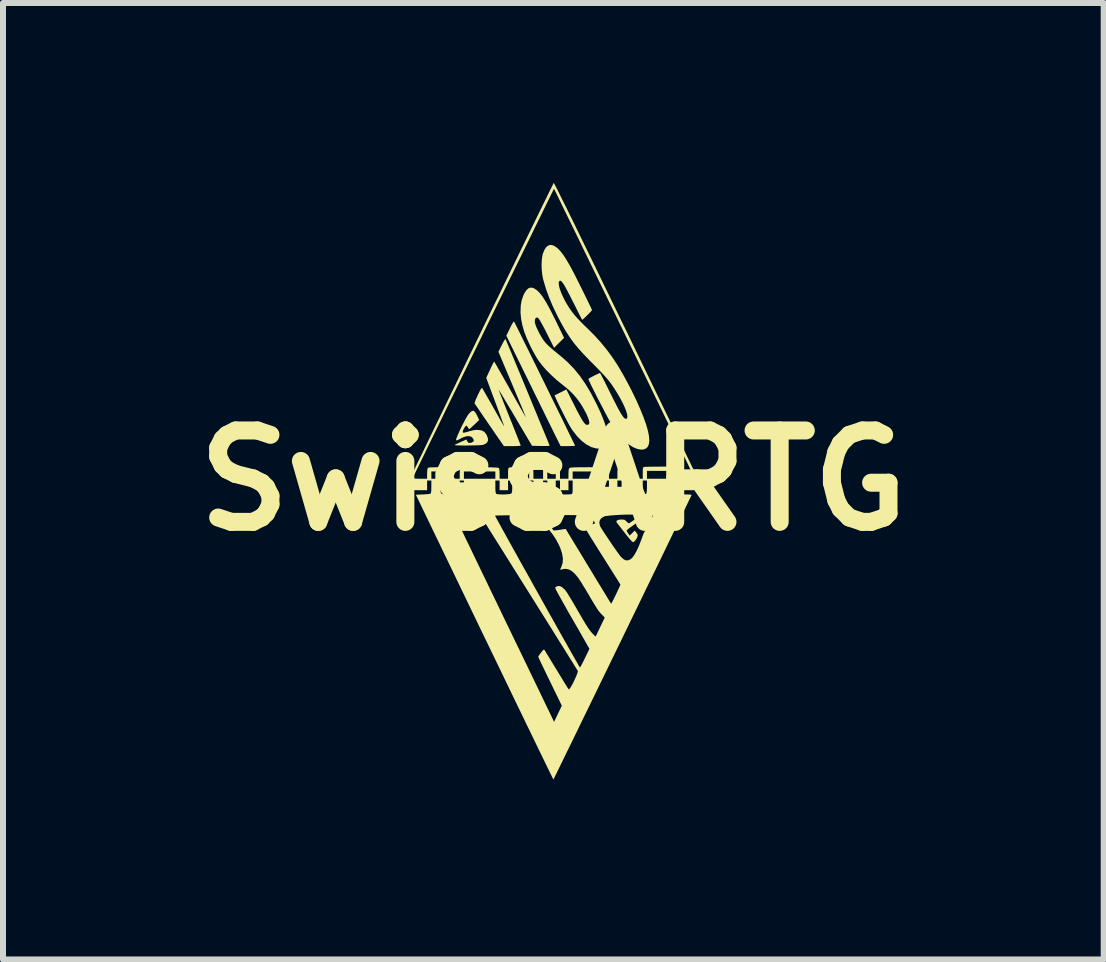
<source format=kicad_pcb>
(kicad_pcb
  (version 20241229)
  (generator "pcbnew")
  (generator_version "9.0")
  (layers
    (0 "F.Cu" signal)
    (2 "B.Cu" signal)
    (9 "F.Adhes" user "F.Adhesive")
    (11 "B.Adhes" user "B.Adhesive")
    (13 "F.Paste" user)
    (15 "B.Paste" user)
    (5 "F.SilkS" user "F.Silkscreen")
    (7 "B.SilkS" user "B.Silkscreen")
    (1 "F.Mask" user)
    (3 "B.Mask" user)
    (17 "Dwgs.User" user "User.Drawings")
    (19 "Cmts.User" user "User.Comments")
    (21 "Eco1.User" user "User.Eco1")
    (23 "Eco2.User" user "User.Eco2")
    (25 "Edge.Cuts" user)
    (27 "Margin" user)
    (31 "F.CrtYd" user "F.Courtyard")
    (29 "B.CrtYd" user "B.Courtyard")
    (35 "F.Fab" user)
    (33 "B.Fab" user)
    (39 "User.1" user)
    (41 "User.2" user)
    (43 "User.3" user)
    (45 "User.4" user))
  (footprint "SwissARTG"
    (layer "F.Cu")
    (at 6.176 4.962)
    (property "Reference" "SwissARTG" (at 0 0 0) (layer "F.SilkS") (effects (font (size 1.524 1.524) (thickness 0.3))))
    (attr board_only exclude_from_pos_files exclude_from_bom)
    (fp_poly (pts (xy -0.656 -2.653) (xy -0.651 -2.643) (xy -0.637 -2.616) (xy -0.616 -2.574) (xy -0.588 -2.518) (xy -0.554 -2.45) (xy -0.515 -2.37) (xy -0.471 -2.281) (xy -0.422 -2.183) (xy -0.371 -2.079) (xy -0.317 -1.969) (xy -0.26 -1.854) (xy -0.203 -1.737) (xy -0.144 -1.619) (xy -0.086 -1.5) (xy -0.029 -1.383) (xy 0.027 -1.269) (xy 0.081 -1.158) (xy 0.133 -1.054) (xy 0.181 -0.956) (xy 0.224 -0.866) (xy 0.263 -0.786) (xy 0.297 -0.718) (xy 0.324 -0.661) (xy 0.345 -0.619) (xy 0.358 -0.591) (xy 0.363 -0.581) (xy 0.363 -0.581) (xy 0.353 -0.578) (xy 0.327 -0.576) (xy 0.289 -0.575) (xy 0.243 -0.574) (xy 0.121 -0.574) (xy 0.101 -0.614) (xy 0.092 -0.632) (xy 0.075 -0.666) (xy 0.051 -0.715) (xy 0.02 -0.777) (xy -0.016 -0.851) (xy -0.057 -0.934) (xy -0.102 -1.025) (xy -0.15 -1.123) (xy -0.2 -1.225) (xy -0.252 -1.331) (xy -0.305 -1.437) (xy -0.357 -1.544) (xy -0.408 -1.649) (xy -0.458 -1.75) (xy -0.505 -1.845) (xy -0.548 -1.934) (xy -0.588 -2.014) (xy -0.622 -2.084) (xy -0.65 -2.141) (xy -0.66 -2.162) (xy -0.784 -2.415) (xy -0.724 -2.539) (xy -0.702 -2.583) (xy -0.682 -2.619) (xy -0.667 -2.643) (xy -0.657 -2.653)) (stroke (width 0) (type solid)) (fill yes) (layer "F.SilkS"))
    (fp_poly (pts (xy -1.328 -1.161) (xy -1.306 -1.142) (xy -1.282 -1.104) (xy -1.27 -1.08) (xy -1.236 -1.01) (xy -1.314 -0.935) (xy -1.347 -0.905) (xy -1.374 -0.879) (xy -1.394 -0.863) (xy -1.4 -0.858) (xy -1.41 -0.864) (xy -1.423 -0.882) (xy -1.425 -0.886) (xy -1.438 -0.906) (xy -1.449 -0.916) (xy -1.45 -0.916) (xy -1.462 -0.908) (xy -1.478 -0.888) (xy -1.494 -0.861) (xy -1.506 -0.835) (xy -1.511 -0.816) (xy -1.51 -0.805) (xy -1.506 -0.799) (xy -1.495 -0.798) (xy -1.474 -0.801) (xy -1.44 -0.81) (xy -1.4 -0.822) (xy -1.342 -0.837) (xy -1.295 -0.844) (xy -1.252 -0.844) (xy -1.248 -0.844) (xy -1.195 -0.835) (xy -1.155 -0.815) (xy -1.125 -0.78) (xy -1.11 -0.755) (xy -1.091 -0.705) (xy -1.09 -0.663) (xy -1.108 -0.63) (xy -1.143 -0.606) (xy -1.173 -0.595) (xy -1.194 -0.592) (xy -1.229 -0.589) (xy -1.274 -0.587) (xy -1.328 -0.586) (xy -1.386 -0.585) (xy -1.445 -0.584) (xy -1.502 -0.584) (xy -1.553 -0.585) (xy -1.597 -0.586) (xy -1.628 -0.588) (xy -1.645 -0.591) (xy -1.646 -0.593) (xy -1.633 -0.601) (xy -1.606 -0.614) (xy -1.57 -0.631) (xy -1.543 -0.643) (xy -1.45 -0.684) (xy -1.435 -0.654) (xy -1.416 -0.631) (xy -1.391 -0.625) (xy -1.356 -0.636) (xy -1.356 -0.636) (xy -1.332 -0.651) (xy -1.326 -0.671) (xy -1.337 -0.698) (xy -1.34 -0.703) (xy -1.367 -0.73) (xy -1.406 -0.741) (xy -1.455 -0.737) (xy -1.514 -0.716) (xy -1.559 -0.693) (xy -1.59 -0.677) (xy -1.613 -0.67) (xy -1.622 -0.671) (xy -1.622 -0.684) (xy -1.613 -0.711) (xy -1.598 -0.75) (xy -1.577 -0.798) (xy -1.553 -0.851) (xy -1.526 -0.906) (xy -1.498 -0.961) (xy -1.471 -1.012) (xy -1.446 -1.057) (xy -1.424 -1.092) (xy -1.409 -1.113) (xy -1.376 -1.146) (xy -1.35 -1.162)) (stroke (width 0) (type solid)) (fill yes) (layer "F.SilkS"))
    (fp_poly (pts (xy -0.33 -3.209) (xy -0.283 -3.18) (xy -0.242 -3.142) (xy -0.21 -3.106) (xy -0.177 -3.062) (xy -0.142 -3.007) (xy -0.102 -2.94) (xy -0.058 -2.859) (xy -0.009 -2.763) (xy 0.047 -2.651) (xy 0.058 -2.627) (xy 0.179 -2.379) (xy 0.095 -2.296) (xy 0.012 -2.213) (xy -0.086 -2.408) (xy -0.129 -2.495) (xy -0.166 -2.565) (xy -0.195 -2.619) (xy -0.219 -2.661) (xy -0.237 -2.69) (xy -0.252 -2.708) (xy -0.264 -2.717) (xy -0.272 -2.719) (xy -0.294 -2.71) (xy -0.306 -2.686) (xy -0.309 -2.649) (xy -0.308 -2.633) (xy -0.298 -2.598) (xy -0.28 -2.551) (xy -0.255 -2.497) (xy -0.226 -2.441) (xy -0.195 -2.387) (xy -0.165 -2.341) (xy -0.157 -2.33) (xy -0.136 -2.304) (xy -0.111 -2.276) (xy -0.079 -2.245) (xy -0.038 -2.208) (xy 0.013 -2.164) (xy 0.077 -2.112) (xy 0.131 -2.068) (xy 0.242 -1.97) (xy 0.346 -1.862) (xy 0.443 -1.743) (xy 0.535 -1.611) (xy 0.623 -1.463) (xy 0.71 -1.297) (xy 0.725 -1.267) (xy 0.79 -1.127) (xy 0.841 -1.002) (xy 0.879 -0.892) (xy 0.904 -0.796) (xy 0.916 -0.716) (xy 0.914 -0.65) (xy 0.9 -0.599) (xy 0.872 -0.562) (xy 0.83 -0.539) (xy 0.776 -0.531) (xy 0.715 -0.535) (xy 0.633 -0.558) (xy 0.551 -0.601) (xy 0.471 -0.662) (xy 0.393 -0.742) (xy 0.318 -0.839) (xy 0.3 -0.866) (xy 0.283 -0.894) (xy 0.259 -0.937) (xy 0.23 -0.991) (xy 0.197 -1.054) (xy 0.163 -1.12) (xy 0.129 -1.188) (xy 0.097 -1.253) (xy 0.068 -1.313) (xy 0.045 -1.363) (xy 0.034 -1.387) (xy 0.02 -1.42) (xy 0.119 -1.469) (xy 0.217 -1.519) (xy 0.35 -1.255) (xy 0.395 -1.165) (xy 0.434 -1.092) (xy 0.466 -1.034) (xy 0.493 -0.99) (xy 0.516 -0.959) (xy 0.535 -0.939) (xy 0.552 -0.929) (xy 0.564 -0.927) (xy 0.585 -0.934) (xy 0.594 -0.941) (xy 0.6 -0.963) (xy 0.595 -0.999) (xy 0.579 -1.046) (xy 0.555 -1.103) (xy 0.522 -1.167) (xy 0.483 -1.236) (xy 0.443 -1.298) (xy 0.387 -1.374) (xy 0.325 -1.445) (xy 0.252 -1.516) (xy 0.164 -1.588) (xy 0.135 -1.611) (xy 0.048 -1.682) (xy -0.036 -1.759) (xy -0.115 -1.838) (xy -0.184 -1.917) (xy -0.241 -1.99) (xy -0.25 -2.004) (xy -0.279 -2.05) (xy -0.312 -2.107) (xy -0.346 -2.169) (xy -0.378 -2.229) (xy -0.383 -2.241) (xy -0.441 -2.367) (xy -0.486 -2.482) (xy -0.517 -2.589) (xy -0.537 -2.692) (xy -0.547 -2.793) (xy -0.547 -2.82) (xy -0.543 -2.923) (xy -0.526 -3.014) (xy -0.496 -3.096) (xy -0.48 -3.128) (xy -0.446 -3.178) (xy -0.41 -3.208) (xy -0.372 -3.218)) (stroke (width 0) (type solid)) (fill yes) (layer "F.SilkS"))
    (fp_poly (pts (xy -0.796 -2.356) (xy -0.791 -2.346) (xy -0.78 -2.318) (xy -0.762 -2.275) (xy -0.738 -2.218) (xy -0.709 -2.149) (xy -0.676 -2.069) (xy -0.639 -1.98) (xy -0.599 -1.883) (xy -0.556 -1.781) (xy -0.512 -1.673) (xy -0.466 -1.563) (xy -0.42 -1.452) (xy -0.374 -1.341) (xy -0.329 -1.231) (xy -0.285 -1.125) (xy -0.244 -1.024) (xy -0.205 -0.93) (xy -0.169 -0.844) (xy -0.137 -0.767) (xy -0.11 -0.702) (xy -0.089 -0.649) (xy -0.073 -0.611) (xy -0.064 -0.589) (xy -0.063 -0.586) (xy -0.065 -0.581) (xy -0.077 -0.578) (xy -0.102 -0.576) (xy -0.142 -0.576) (xy -0.2 -0.576) (xy -0.207 -0.576) (xy -0.355 -0.579) (xy -0.633 -1.049) (xy -0.685 -1.138) (xy -0.735 -1.221) (xy -0.78 -1.297) (xy -0.82 -1.364) (xy -0.854 -1.421) (xy -0.881 -1.466) (xy -0.901 -1.498) (xy -0.911 -1.515) (xy -0.913 -1.517) (xy -0.91 -1.508) (xy -0.9 -1.482) (xy -0.884 -1.44) (xy -0.862 -1.385) (xy -0.836 -1.319) (xy -0.806 -1.243) (xy -0.772 -1.159) (xy -0.736 -1.069) (xy -0.73 -1.053) (xy -0.693 -0.962) (xy -0.659 -0.876) (xy -0.628 -0.798) (xy -0.6 -0.729) (xy -0.578 -0.671) (xy -0.56 -0.626) (xy -0.549 -0.596) (xy -0.544 -0.583) (xy -0.544 -0.582) (xy -0.553 -0.579) (xy -0.579 -0.577) (xy -0.618 -0.575) (xy -0.666 -0.574) (xy -0.684 -0.574) (xy -0.824 -0.574) (xy -0.879 -0.652) (xy -0.901 -0.684) (xy -0.93 -0.726) (xy -0.965 -0.777) (xy -1.005 -0.835) (xy -1.048 -0.898) (xy -1.092 -0.962) (xy -1.136 -1.026) (xy -1.179 -1.088) (xy -1.218 -1.146) (xy -1.252 -1.196) (xy -1.28 -1.237) (xy -1.301 -1.268) (xy -1.312 -1.284) (xy -1.313 -1.286) (xy -1.311 -1.299) (xy -1.302 -1.327) (xy -1.287 -1.365) (xy -1.266 -1.41) (xy -1.259 -1.427) (xy -1.234 -1.478) (xy -1.216 -1.513) (xy -1.203 -1.534) (xy -1.194 -1.543) (xy -1.188 -1.542) (xy -1.185 -1.54) (xy -1.178 -1.527) (xy -1.161 -1.499) (xy -1.138 -1.458) (xy -1.108 -1.406) (xy -1.073 -1.344) (xy -1.034 -1.276) (xy -0.997 -1.211) (xy -0.956 -1.139) (xy -0.919 -1.073) (xy -0.886 -1.014) (xy -0.858 -0.966) (xy -0.837 -0.93) (xy -0.823 -0.907) (xy -0.819 -0.9) (xy -0.822 -0.91) (xy -0.831 -0.936) (xy -0.846 -0.977) (xy -0.866 -1.032) (xy -0.89 -1.097) (xy -0.918 -1.172) (xy -0.948 -1.254) (xy -0.968 -1.307) (xy -1.119 -1.712) (xy -1.056 -1.848) (xy -1.034 -1.896) (xy -1.014 -1.936) (xy -0.998 -1.966) (xy -0.989 -1.982) (xy -0.987 -1.984) (xy -0.982 -1.976) (xy -0.967 -1.951) (xy -0.944 -1.912) (xy -0.915 -1.86) (xy -0.879 -1.798) (xy -0.838 -1.725) (xy -0.793 -1.645) (xy -0.744 -1.559) (xy -0.72 -1.516) (xy -0.671 -1.428) (xy -0.624 -1.344) (xy -0.581 -1.269) (xy -0.543 -1.201) (xy -0.511 -1.145) (xy -0.485 -1.1) (xy -0.467 -1.069) (xy -0.458 -1.053) (xy -0.456 -1.051) (xy -0.46 -1.06) (xy -0.47 -1.087) (xy -0.487 -1.128) (xy -0.51 -1.184) (xy -0.538 -1.251) (xy -0.571 -1.329) (xy -0.607 -1.415) (xy -0.647 -1.509) (xy -0.685 -1.6) (xy -0.916 -2.147) (xy -0.86 -2.259) (xy -0.834 -2.309) (xy -0.815 -2.341) (xy -0.802 -2.356)) (stroke (width 0) (type solid)) (fill yes) (layer "F.SilkS"))
    (fp_poly (pts (xy 0.008 -3.916) (xy 0.057 -3.884) (xy 0.083 -3.861) (xy 0.115 -3.827) (xy 0.147 -3.787) (xy 0.182 -3.738) (xy 0.219 -3.679) (xy 0.26 -3.61) (xy 0.306 -3.527) (xy 0.357 -3.43) (xy 0.414 -3.316) (xy 0.459 -3.225) (xy 0.499 -3.145) (xy 0.536 -3.07) (xy 0.569 -3.002) (xy 0.597 -2.944) (xy 0.62 -2.897) (xy 0.635 -2.864) (xy 0.644 -2.845) (xy 0.645 -2.843) (xy 0.638 -2.833) (xy 0.621 -2.813) (xy 0.596 -2.787) (xy 0.567 -2.758) (xy 0.538 -2.729) (xy 0.511 -2.704) (xy 0.491 -2.686) (xy 0.48 -2.679) (xy 0.48 -2.68) (xy 0.475 -2.689) (xy 0.461 -2.715) (xy 0.441 -2.754) (xy 0.415 -2.805) (xy 0.385 -2.866) (xy 0.351 -2.934) (xy 0.324 -2.986) (xy 0.278 -3.078) (xy 0.239 -3.153) (xy 0.207 -3.213) (xy 0.181 -3.259) (xy 0.159 -3.292) (xy 0.142 -3.314) (xy 0.127 -3.327) (xy 0.115 -3.332) (xy 0.106 -3.33) (xy 0.092 -3.315) (xy 0.089 -3.285) (xy 0.095 -3.242) (xy 0.109 -3.189) (xy 0.132 -3.128) (xy 0.162 -3.061) (xy 0.198 -2.989) (xy 0.241 -2.917) (xy 0.267 -2.875) (xy 0.306 -2.82) (xy 0.35 -2.763) (xy 0.403 -2.703) (xy 0.466 -2.637) (xy 0.541 -2.562) (xy 0.571 -2.534) (xy 0.687 -2.418) (xy 0.793 -2.301) (xy 0.893 -2.179) (xy 0.987 -2.05) (xy 1.078 -1.912) (xy 1.167 -1.76) (xy 1.257 -1.593) (xy 1.302 -1.506) (xy 1.382 -1.341) (xy 1.449 -1.19) (xy 1.504 -1.055) (xy 1.547 -0.934) (xy 1.577 -0.829) (xy 1.595 -0.739) (xy 1.6 -0.664) (xy 1.592 -0.604) (xy 1.572 -0.56) (xy 1.539 -0.531) (xy 1.535 -0.529) (xy 1.499 -0.517) (xy 1.459 -0.516) (xy 1.409 -0.525) (xy 1.398 -0.528) (xy 1.335 -0.553) (xy 1.267 -0.596) (xy 1.196 -0.654) (xy 1.125 -0.726) (xy 1.056 -0.809) (xy 0.996 -0.893) (xy 0.98 -0.92) (xy 0.957 -0.96) (xy 0.928 -1.012) (xy 0.895 -1.073) (xy 0.859 -1.141) (xy 0.822 -1.213) (xy 0.783 -1.288) (xy 0.744 -1.362) (xy 0.708 -1.434) (xy 0.674 -1.502) (xy 0.643 -1.563) (xy 0.618 -1.615) (xy 0.599 -1.656) (xy 0.587 -1.683) (xy 0.584 -1.693) (xy 0.593 -1.701) (xy 0.615 -1.714) (xy 0.646 -1.731) (xy 0.682 -1.75) (xy 0.718 -1.767) (xy 0.749 -1.782) (xy 0.771 -1.791) (xy 0.779 -1.793) (xy 0.785 -1.784) (xy 0.798 -1.759) (xy 0.818 -1.72) (xy 0.845 -1.669) (xy 0.876 -1.607) (xy 0.91 -1.538) (xy 0.948 -1.461) (xy 0.955 -1.447) (xy 1.006 -1.345) (xy 1.049 -1.26) (xy 1.085 -1.191) (xy 1.116 -1.136) (xy 1.142 -1.094) (xy 1.163 -1.063) (xy 1.181 -1.043) (xy 1.196 -1.032) (xy 1.21 -1.029) (xy 1.216 -1.029) (xy 1.231 -1.041) (xy 1.235 -1.068) (xy 1.229 -1.108) (xy 1.214 -1.159) (xy 1.19 -1.221) (xy 1.157 -1.291) (xy 1.117 -1.368) (xy 1.07 -1.449) (xy 1.017 -1.534) (xy 1.002 -1.556) (xy 0.975 -1.596) (xy 0.947 -1.635) (xy 0.917 -1.673) (xy 0.883 -1.713) (xy 0.844 -1.757) (xy 0.797 -1.807) (xy 0.741 -1.865) (xy 0.674 -1.933) (xy 0.598 -2.009) (xy 0.501 -2.11) (xy 0.416 -2.204) (xy 0.34 -2.296) (xy 0.272 -2.391) (xy 0.207 -2.491) (xy 0.143 -2.602) (xy 0.077 -2.727) (xy 0.064 -2.753) (xy -0.01 -2.907) (xy -0.07 -3.05) (xy -0.12 -3.186) (xy -0.16 -3.32) (xy -0.173 -3.369) (xy -0.186 -3.44) (xy -0.194 -3.519) (xy -0.196 -3.6) (xy -0.193 -3.676) (xy -0.184 -3.743) (xy -0.174 -3.785) (xy -0.147 -3.85) (xy -0.115 -3.896) (xy -0.078 -3.922) (xy -0.037 -3.929)) (stroke (width 0) (type solid)) (fill yes) (layer "F.SilkS"))
    (fp_poly (pts (xy 0.012 -4.955) (xy 0.026 -4.929) (xy 0.048 -4.886) (xy 0.079 -4.826) (xy 0.117 -4.748) (xy 0.164 -4.654) (xy 0.219 -4.544) (xy 0.281 -4.417) (xy 0.351 -4.275) (xy 0.428 -4.117) (xy 0.512 -3.944) (xy 0.604 -3.756) (xy 0.703 -3.553) (xy 0.808 -3.336) (xy 0.92 -3.105) (xy 1.039 -2.86) (xy 1.164 -2.602) (xy 1.22 -2.488) (xy 2.424 -0.001) (xy 2.383 0.08) (xy 2.342 0.161) (xy 2.233 0.161) (xy 2.125 0.161) (xy 2.125 0) (xy 2.055 0) (xy 2.055 0.104) (xy 2.056 0.16) (xy 2.06 0.198) (xy 2.066 0.218) (xy 2.067 0.22) (xy 2.084 0.226) (xy 2.121 0.23) (xy 2.177 0.232) (xy 2.193 0.232) (xy 2.239 0.232) (xy 2.275 0.234) (xy 2.298 0.237) (xy 2.305 0.241) (xy 2.299 0.253) (xy 2.286 0.281) (xy 2.264 0.326) (xy 2.235 0.387) (xy 2.199 0.461) (xy 2.157 0.549) (xy 2.108 0.65) (xy 2.054 0.762) (xy 1.994 0.884) (xy 1.93 1.017) (xy 1.862 1.158) (xy 1.79 1.307) (xy 1.714 1.464) (xy 1.635 1.626) (xy 1.554 1.793) (xy 1.471 1.965) (xy 1.386 2.14) (xy 1.3 2.317) (xy 1.213 2.496) (xy 1.126 2.676) (xy 1.039 2.855) (xy 0.952 3.033) (xy 0.867 3.209) (xy 0.783 3.381) (xy 0.701 3.55) (xy 0.621 3.714) (xy 0.544 3.872) (xy 0.47 4.024) (xy 0.401 4.167) (xy 0.335 4.302) (xy 0.274 4.428) (xy 0.217 4.543) (xy 0.167 4.647) (xy 0.122 4.739) (xy 0.083 4.818) (xy 0.052 4.883) (xy 0.027 4.932) (xy 0.01 4.966) (xy 0.002 4.983) (xy 0.001 4.985) (xy -0.004 4.976) (xy -0.017 4.95) (xy -0.038 4.907) (xy -0.067 4.848) (xy -0.103 4.774) (xy -0.146 4.685) (xy -0.196 4.583) (xy -0.252 4.468) (xy -0.313 4.341) (xy -0.38 4.202) (xy -0.453 4.053) (xy -0.529 3.894) (xy -0.611 3.726) (xy -0.696 3.549) (xy -0.785 3.365) (xy -0.877 3.174) (xy -0.972 2.977) (xy -1.07 2.774) (xy -1.149 2.611) (xy -2.123 0.589) (xy -1.642 0.589) (xy -1.637 0.599) (xy -1.625 0.625) (xy -1.604 0.668) (xy -1.576 0.727) (xy -1.541 0.8) (xy -1.5 0.886) (xy -1.453 0.985) (xy -1.399 1.095) (xy -1.341 1.216) (xy -1.278 1.347) (xy -1.211 1.487) (xy -1.139 1.635) (xy -1.065 1.79) (xy -0.987 1.951) (xy -0.907 2.117) (xy -0.885 2.163) (xy -0.803 2.333) (xy -0.723 2.499) (xy -0.645 2.661) (xy -0.569 2.817) (xy -0.497 2.967) (xy -0.428 3.109) (xy -0.364 3.243) (xy -0.304 3.367) (xy -0.249 3.48) (xy -0.201 3.581) (xy -0.158 3.67) (xy -0.122 3.745) (xy -0.093 3.805) (xy -0.072 3.848) (xy -0.059 3.875) (xy -0.058 3.877) (xy 0.012 4.024) (xy 0.141 3.754) (xy -0.055 3.351) (xy -0.096 3.267) (xy -0.134 3.188) (xy -0.168 3.117) (xy -0.198 3.056) (xy -0.222 3.005) (xy -0.239 2.967) (xy -0.249 2.944) (xy -0.252 2.938) (xy -0.246 2.926) (xy -0.231 2.903) (xy -0.209 2.874) (xy -0.205 2.869) (xy -0.181 2.839) (xy -0.166 2.823) (xy -0.157 2.818) (xy -0.149 2.823) (xy -0.147 2.827) (xy -0.139 2.839) (xy -0.122 2.867) (xy -0.097 2.908) (xy -0.065 2.96) (xy -0.028 3.021) (xy 0.013 3.089) (xy 0.055 3.157) (xy 0.099 3.229) (xy 0.14 3.296) (xy 0.176 3.356) (xy 0.208 3.407) (xy 0.232 3.446) (xy 0.249 3.472) (xy 0.256 3.482) (xy 0.265 3.479) (xy 0.279 3.461) (xy 0.298 3.431) (xy 0.32 3.392) (xy 0.342 3.348) (xy 0.363 3.303) (xy 0.382 3.26) (xy 0.397 3.222) (xy 0.406 3.192) (xy 0.408 3.175) (xy 0.407 3.174) (xy 0.401 3.163) (xy 0.384 3.136) (xy 0.358 3.094) (xy 0.324 3.038) (xy 0.28 2.968) (xy 0.229 2.887) (xy 0.171 2.793) (xy 0.106 2.69) (xy 0.036 2.577) (xy -0.04 2.455) (xy -0.121 2.326) (xy -0.206 2.191) (xy -0.295 2.049) (xy -0.386 1.903) (xy -0.408 1.869) (xy -1.213 0.586) (xy -0.972 0.586) (xy -0.968 0.595) (xy -0.954 0.621) (xy -0.932 0.661) (xy -0.902 0.716) (xy -0.865 0.784) (xy -0.821 0.863) (xy -0.772 0.952) (xy -0.717 1.051) (xy -0.658 1.158) (xy -0.594 1.272) (xy -0.528 1.392) (xy -0.458 1.516) (xy -0.387 1.643) (xy -0.315 1.773) (xy -0.242 1.903) (xy -0.169 2.034) (xy -0.097 2.163) (xy -0.026 2.289) (xy 0.043 2.412) (xy 0.109 2.53) (xy 0.172 2.642) (xy 0.231 2.746) (xy 0.285 2.842) (xy 0.334 2.928) (xy 0.377 3.003) (xy 0.413 3.067) (xy 0.441 3.117) (xy 0.441 3.117) (xy 0.447 3.112) (xy 0.46 3.091) (xy 0.479 3.057) (xy 0.501 3.013) (xy 0.524 2.966) (xy 0.602 2.805) (xy 0.578 2.765) (xy 0.492 2.613) (xy 0.415 2.478) (xy 0.346 2.359) (xy 0.286 2.255) (xy 0.234 2.164) (xy 0.19 2.085) (xy 0.152 2.018) (xy 0.121 1.962) (xy 0.095 1.916) (xy 0.074 1.878) (xy 0.059 1.849) (xy 0.047 1.826) (xy 0.039 1.809) (xy 0.034 1.797) (xy 0.032 1.788) (xy 0.032 1.783) (xy 0.033 1.78) (xy 0.036 1.778) (xy 0.038 1.776) (xy 0.072 1.759) (xy 0.108 1.759) (xy 0.145 1.778) (xy 0.187 1.815) (xy 0.202 1.833) (xy 0.217 1.853) (xy 0.24 1.888) (xy 0.269 1.936) (xy 0.304 1.993) (xy 0.342 2.057) (xy 0.382 2.125) (xy 0.393 2.145) (xy 0.448 2.24) (xy 0.494 2.319) (xy 0.533 2.384) (xy 0.567 2.437) (xy 0.595 2.479) (xy 0.621 2.514) (xy 0.643 2.541) (xy 0.665 2.564) (xy 0.669 2.567) (xy 0.705 2.602) (xy 0.857 2.284) (xy 0.81 2.236) (xy 0.791 2.216) (xy 0.774 2.197) (xy 0.757 2.176) (xy 0.739 2.151) (xy 0.719 2.12) (xy 0.694 2.08) (xy 0.663 2.029) (xy 0.625 1.965) (xy 0.583 1.893) (xy 0.545 1.829) (xy 0.507 1.767) (xy 0.472 1.71) (xy 0.441 1.662) (xy 0.417 1.626) (xy 0.408 1.614) (xy 0.354 1.55) (xy 0.302 1.506) (xy 0.251 1.48) (xy 0.199 1.472) (xy 0.157 1.478) (xy 0.131 1.484) (xy 0.115 1.487) (xy 0.114 1.487) (xy 0.116 1.477) (xy 0.126 1.456) (xy 0.133 1.44) (xy 0.155 1.374) (xy 0.159 1.299) (xy 0.145 1.214) (xy 0.114 1.121) (xy 0.095 1.078) (xy 0.046 0.985) (xy -0.012 0.897) (xy -0.074 0.817) (xy -0.14 0.747) (xy -0.205 0.691) (xy -0.259 0.657) (xy -0.303 0.635) (xy -0.346 0.617) (xy -0.39 0.604) (xy -0.438 0.594) (xy -0.494 0.587) (xy -0.554 0.583) (xy -0.141 0.583) (xy -0.136 0.595) (xy -0.123 0.62) (xy -0.105 0.654) (xy -0.082 0.693) (xy -0.059 0.734) (xy -0.037 0.772) (xy -0.018 0.803) (xy -0.004 0.824) (xy 0.000001 0.83) (xy 0.013 0.832) (xy 0.041 0.83) (xy 0.08 0.826) (xy 0.106 0.822) (xy 0.148 0.815) (xy 0.181 0.81) (xy 0.202 0.808) (xy 0.206 0.808) (xy 0.212 0.817) (xy 0.227 0.841) (xy 0.25 0.881) (xy 0.282 0.933) (xy 0.321 0.997) (xy 0.366 1.072) (xy 0.417 1.155) (xy 0.472 1.246) (xy 0.531 1.344) (xy 0.585 1.433) (xy 0.647 1.534) (xy 0.705 1.631) (xy 0.76 1.721) (xy 0.81 1.803) (xy 0.855 1.876) (xy 0.893 1.939) (xy 0.923 1.989) (xy 0.946 2.026) (xy 0.96 2.048) (xy 0.964 2.055) (xy 0.969 2.046) (xy 0.982 2.023) (xy 0.999 1.99) (xy 1.016 1.956) (xy 1.04 1.908) (xy 1.063 1.859) (xy 1.083 1.815) (xy 1.092 1.797) (xy 1.119 1.735) (xy 0.812 1.248) (xy 0.745 1.142) (xy 0.689 1.052) (xy 0.642 0.977) (xy 0.603 0.915) (xy 0.573 0.865) (xy 0.551 0.826) (xy 0.535 0.797) (xy 0.525 0.776) (xy 0.52 0.763) (xy 0.52 0.756) (xy 0.521 0.755) (xy 0.539 0.75) (xy 0.571 0.744) (xy 0.61 0.737) (xy 0.617 0.735) (xy 0.654 0.728) (xy 0.681 0.72) (xy 0.694 0.713) (xy 0.695 0.711) (xy 0.691 0.702) (xy 0.766 0.702) (xy 0.776 0.751) (xy 0.779 0.759) (xy 0.789 0.778) (xy 0.809 0.811) (xy 0.837 0.854) (xy 0.871 0.906) (xy 0.909 0.962) (xy 0.949 1.022) (xy 0.989 1.081) (xy 1.028 1.137) (xy 1.064 1.188) (xy 1.094 1.229) (xy 1.117 1.26) (xy 1.128 1.273) (xy 1.169 1.311) (xy 1.207 1.33) (xy 1.245 1.331) (xy 1.285 1.314) (xy 1.287 1.313) (xy 1.319 1.284) (xy 1.353 1.236) (xy 1.389 1.172) (xy 1.426 1.091) (xy 1.463 0.997) (xy 1.477 0.959) (xy 1.493 0.915) (xy 1.507 0.879) (xy 1.519 0.855) (xy 1.526 0.846) (xy 1.533 0.838) (xy 1.547 0.815) (xy 1.565 0.782) (xy 1.587 0.743) (xy 1.609 0.702) (xy 1.629 0.661) (xy 1.646 0.627) (xy 1.658 0.601) (xy 1.662 0.589) (xy 1.653 0.586) (xy 1.629 0.585) (xy 1.607 0.584) (xy 1.588 0.584) (xy 1.572 0.587) (xy 1.554 0.592) (xy 1.534 0.602) (xy 1.508 0.619) (xy 1.472 0.644) (xy 1.425 0.678) (xy 1.393 0.701) (xy 1.344 0.738) (xy 1.299 0.77) (xy 1.263 0.797) (xy 1.237 0.817) (xy 1.225 0.826) (xy 1.225 0.827) (xy 1.224 0.84) (xy 1.235 0.863) (xy 1.244 0.876) (xy 1.272 0.917) (xy 1.315 0.876) (xy 1.357 0.835) (xy 1.384 0.867) (xy 1.402 0.894) (xy 1.406 0.918) (xy 1.405 0.926) (xy 1.393 0.957) (xy 1.375 0.987) (xy 1.354 1.012) (xy 1.336 1.026) (xy 1.33 1.027) (xy 1.315 1.019) (xy 1.29 0.994) (xy 1.254 0.952) (xy 1.207 0.894) (xy 1.207 0.894) (xy 1.17 0.846) (xy 1.135 0.801) (xy 1.105 0.762) (xy 1.082 0.733) (xy 1.074 0.722) (xy 1.056 0.699) (xy 1.05 0.685) (xy 1.054 0.674) (xy 1.06 0.668) (xy 1.083 0.656) (xy 1.123 0.65) (xy 1.134 0.65) (xy 1.168 0.651) (xy 1.189 0.656) (xy 1.207 0.67) (xy 1.22 0.683) (xy 1.241 0.702) (xy 1.258 0.712) (xy 1.263 0.712) (xy 1.277 0.704) (xy 1.302 0.687) (xy 1.336 0.664) (xy 1.366 0.643) (xy 1.455 0.579) (xy 1.39 0.572) (xy 1.349 0.569) (xy 1.296 0.568) (xy 1.233 0.568) (xy 1.165 0.57) (xy 1.095 0.573) (xy 1.027 0.577) (xy 0.964 0.582) (xy 0.911 0.588) (xy 0.871 0.593) (xy 0.848 0.599) (xy 0.802 0.626) (xy 0.775 0.66) (xy 0.766 0.702) (xy 0.691 0.702) (xy 0.689 0.698) (xy 0.674 0.674) (xy 0.654 0.643) (xy 0.651 0.64) (xy 0.608 0.579) (xy 0.234 0.576) (xy 0.133 0.576) (xy 0.046 0.576) (xy -0.026 0.577) (xy -0.081 0.578) (xy -0.119 0.58) (xy -0.139 0.582) (xy -0.141 0.583) (xy -0.554 0.583) (xy -0.562 0.583) (xy -0.643 0.581) (xy -0.722 0.58) (xy -0.79 0.58) (xy -0.851 0.581) (xy -0.903 0.582) (xy -0.942 0.583) (xy -0.966 0.585) (xy -0.972 0.586) (xy -1.213 0.586) (xy -1.214 0.585) (xy -1.428 0.584) (xy -1.491 0.585) (xy -1.547 0.585) (xy -1.592 0.586) (xy -1.624 0.587) (xy -1.64 0.589) (xy -1.642 0.589) (xy -2.123 0.589) (xy -2.292 0.237) (xy -2.176 0.232) (xy -2.129 0.229) (xy -2.088 0.226) (xy -2.059 0.222) (xy -2.047 0.218) (xy -2.041 0.206) (xy -2.036 0.176) (xy -2.035 0.129) (xy -2.034 0.105) (xy -2.034 0.1) (xy -1.883 0.1) (xy -1.883 0.15) (xy -1.88 0.183) (xy -1.875 0.204) (xy -1.868 0.216) (xy -1.858 0.222) (xy -1.843 0.226) (xy -1.818 0.229) (xy -1.782 0.231) (xy -1.73 0.232) (xy -1.682 0.232) (xy -1.619 0.231) (xy -1.574 0.231) (xy -1.542 0.229) (xy -1.522 0.227) (xy -1.51 0.222) (xy -1.504 0.217) (xy -1.501 0.212) (xy -1.496 0.194) (xy -1.493 0.161) (xy -1.491 0.119) (xy -1.491 0.104) (xy -0.967 0.104) (xy -0.966 0.16) (xy -0.962 0.198) (xy -0.956 0.218) (xy -0.955 0.22) (xy -0.938 0.226) (xy -0.906 0.23) (xy -0.865 0.232) (xy -0.82 0.232) (xy -0.775 0.23) (xy -0.737 0.226) (xy -0.71 0.221) (xy -0.701 0.216) (xy -0.693 0.203) (xy -0.688 0.181) (xy -0.686 0.146) (xy -0.685 0.104) (xy -0.403 0.104) (xy -0.402 0.16) (xy -0.398 0.198) (xy -0.392 0.218) (xy -0.391 0.22) (xy -0.374 0.226) (xy -0.339 0.229) (xy -0.284 0.231) (xy -0.25 0.232) (xy -0.197 0.231) (xy -0.16 0.23) (xy -0.136 0.228) (xy -0.122 0.224) (xy -0.114 0.217) (xy -0.111 0.212) (xy -0.107 0.194) (xy -0.103 0.161) (xy -0.101 0.119) (xy -0.101 0.104) (xy 0.04 0.104) (xy 0.042 0.16) (xy 0.045 0.198) (xy 0.051 0.218) (xy 0.052 0.22) (xy 0.067 0.224) (xy 0.096 0.228) (xy 0.135 0.23) (xy 0.18 0.232) (xy 0.225 0.232) (xy 0.264 0.231) (xy 0.294 0.228) (xy 0.306 0.226) (xy 0.314 0.22) (xy 0.318 0.206) (xy 0.321 0.181) (xy 0.322 0.141) (xy 0.322 0.11) (xy 0.322 0.104) (xy 0.856 0.104) (xy 0.857 0.16) (xy 0.861 0.198) (xy 0.867 0.218) (xy 0.868 0.22) (xy 0.882 0.224) (xy 0.912 0.228) (xy 0.951 0.23) (xy 0.996 0.232) (xy 1.04 0.232) (xy 1.08 0.231) (xy 1.11 0.228) (xy 1.122 0.226) (xy 1.129 0.22) (xy 1.134 0.206) (xy 1.137 0.181) (xy 1.138 0.141) (xy 1.138 0.11) (xy 1.138 0.104) (xy 1.279 0.104) (xy 1.28 0.16) (xy 1.284 0.198) (xy 1.29 0.218) (xy 1.291 0.22) (xy 1.308 0.226) (xy 1.346 0.23) (xy 1.402 0.232) (xy 1.42 0.232) (xy 1.482 0.23) (xy 1.524 0.227) (xy 1.546 0.221) (xy 1.549 0.22) (xy 1.555 0.202) (xy 1.559 0.166) (xy 1.561 0.113) (xy 1.561 0.104) (xy 1.561 0) (xy 1.491 0) (xy 1.491 0.161) (xy 1.35 0.161) (xy 1.35 0) (xy 1.279 0) (xy 1.279 0.104) (xy 1.138 0.104) (xy 1.138 0) (xy 1.068 0) (xy 1.068 0.161) (xy 0.927 0.161) (xy 0.927 0) (xy 0.856 0) (xy 0.856 0.104) (xy 0.322 0.104) (xy 0.322 0) (xy 0.252 0) (xy 0.252 0.161) (xy 0.111 0.161) (xy 0.111 0) (xy 0.04 0) (xy 0.04 0.104) (xy -0.101 0.104) (xy -0.101 0.096) (xy -0.101 0) (xy -0.171 0) (xy -0.171 0.161) (xy -0.332 0.161) (xy -0.332 0) (xy -0.403 0) (xy -0.403 0.104) (xy -0.685 0.104) (xy -0.685 0.1) (xy -0.685 0) (xy -0.755 0) (xy -0.755 0.161) (xy -0.896 0.161) (xy -0.896 0) (xy -0.967 0) (xy -0.967 0.104) (xy -1.491 0.104) (xy -1.491 0.096) (xy -1.491 0) (xy -1.561 0) (xy -1.561 0.161) (xy -1.813 0.161) (xy -1.813 0) (xy -1.883 0) (xy -1.883 0.1) (xy -2.034 0.1) (xy -2.034 0) (xy -2.105 0) (xy -2.105 0.161) (xy -2.326 0.161) (xy -2.363 0.088) (xy -2.381 0.053) (xy -2.396 0.026) (xy -2.406 0.011) (xy -2.408 0.01) (xy -2.404 0.001) (xy -2.392 -0.026) (xy -2.386 -0.039) (xy -2.345 -0.039) (xy -2.337 -0.036) (xy -2.312 -0.033) (xy -2.275 -0.031) (xy -2.229 -0.03) (xy -2.227 -0.03) (xy -2.105 -0.03) (xy -2.034 -0.03) (xy -1.873 -0.03) (xy -1.873 -0.151) (xy -2.034 -0.151) (xy -2.034 -0.03) (xy -2.105 -0.03) (xy -2.105 -0.114) (xy -2.103 -0.16) (xy -2.099 -0.194) (xy -2.093 -0.209) (xy -2.076 -0.216) (xy -2.039 -0.22) (xy -1.982 -0.221) (xy -1.958 -0.222) (xy -1.899 -0.221) (xy -1.857 -0.219) (xy -1.83 -0.211) (xy -1.814 -0.198) (xy -1.806 -0.176) (xy -1.803 -0.143) (xy -1.803 -0.11) (xy -1.803 -0.03) (xy -1.561 -0.03) (xy -1.491 -0.03) (xy -0.967 -0.03) (xy -0.967 -0.151) (xy -1.491 -0.151) (xy -1.491 -0.03) (xy -1.561 -0.03) (xy -1.561 -0.114) (xy -1.56 -0.16) (xy -1.555 -0.194) (xy -1.549 -0.209) (xy -1.536 -0.213) (xy -1.505 -0.216) (xy -1.46 -0.219) (xy -1.405 -0.22) (xy -1.341 -0.222) (xy -1.273 -0.222) (xy -1.202 -0.222) (xy -1.133 -0.222) (xy -1.068 -0.221) (xy -1.01 -0.219) (xy -0.962 -0.217) (xy -0.928 -0.214) (xy -0.91 -0.21) (xy -0.908 -0.209) (xy -0.902 -0.192) (xy -0.898 -0.159) (xy -0.896 -0.114) (xy -0.896 -0.03) (xy -0.755 -0.03) (xy -0.685 -0.03) (xy -0.403 -0.03) (xy -0.403 -0.151) (xy -0.685 -0.151) (xy -0.685 -0.03) (xy -0.755 -0.03) (xy -0.755 -0.12) (xy -0.755 -0.164) (xy -0.752 -0.193) (xy -0.747 -0.208) (xy -0.74 -0.215) (xy -0.739 -0.215) (xy -0.721 -0.219) (xy -0.688 -0.221) (xy -0.643 -0.222) (xy -0.591 -0.222) (xy -0.536 -0.222) (xy -0.481 -0.221) (xy -0.431 -0.219) (xy -0.388 -0.216) (xy -0.358 -0.213) (xy -0.345 -0.21) (xy -0.344 -0.209) (xy -0.338 -0.192) (xy -0.334 -0.159) (xy -0.332 -0.114) (xy -0.332 -0.03) (xy -0.171 -0.03) (xy -0.101 -0.03) (xy 0.04 -0.03) (xy 0.04 -0.151) (xy -0.101 -0.151) (xy -0.101 -0.03) (xy -0.171 -0.03) (xy -0.171 -0.12) (xy -0.171 -0.164) (xy -0.168 -0.193) (xy -0.163 -0.208) (xy -0.155 -0.215) (xy -0.155 -0.215) (xy -0.135 -0.219) (xy -0.102 -0.221) (xy -0.06 -0.222) (xy -0.015 -0.221) (xy 0.029 -0.22) (xy 0.066 -0.217) (xy 0.091 -0.213) (xy 0.099 -0.209) (xy 0.105 -0.192) (xy 0.109 -0.159) (xy 0.111 -0.114) (xy 0.111 -0.03) (xy 0.252 -0.03) (xy 0.322 -0.03) (xy 0.856 -0.03) (xy 0.856 -0.151) (xy 0.322 -0.151) (xy 0.322 -0.03) (xy 0.252 -0.03) (xy 0.252 -0.11) (xy 0.253 -0.156) (xy 0.257 -0.186) (xy 0.265 -0.203) (xy 0.268 -0.206) (xy 0.274 -0.21) (xy 0.286 -0.214) (xy 0.304 -0.217) (xy 0.332 -0.219) (xy 0.371 -0.22) (xy 0.423 -0.221) (xy 0.491 -0.221) (xy 0.576 -0.222) (xy 0.593 -0.222) (xy 0.688 -0.221) (xy 0.764 -0.221) (xy 0.823 -0.219) (xy 0.867 -0.217) (xy 0.895 -0.215) (xy 0.911 -0.211) (xy 0.914 -0.209) (xy 0.921 -0.192) (xy 0.925 -0.159) (xy 0.927 -0.114) (xy 0.927 -0.03) (xy 1.068 -0.03) (xy 1.138 -0.03) (xy 1.279 -0.03) (xy 1.279 -0.151) (xy 1.138 -0.151) (xy 1.138 -0.03) (xy 1.068 -0.03) (xy 1.068 -0.11) (xy 1.068 -0.154) (xy 1.072 -0.184) (xy 1.083 -0.204) (xy 1.103 -0.215) (xy 1.136 -0.22) (xy 1.184 -0.222) (xy 1.212 -0.222) (xy 1.272 -0.22) (xy 1.314 -0.217) (xy 1.335 -0.211) (xy 1.337 -0.209) (xy 1.344 -0.192) (xy 1.348 -0.159) (xy 1.35 -0.114) (xy 1.35 -0.03) (xy 1.491 -0.03) (xy 1.561 -0.03) (xy 2.055 -0.03) (xy 2.055 -0.161) (xy 1.561 -0.161) (xy 1.561 -0.03) (xy 1.491 -0.03) (xy 1.491 -0.125) (xy 1.491 -0.171) (xy 1.493 -0.2) (xy 1.498 -0.217) (xy 1.505 -0.225) (xy 1.506 -0.226) (xy 1.52 -0.227) (xy 1.552 -0.229) (xy 1.598 -0.23) (xy 1.656 -0.231) (xy 1.723 -0.231) (xy 1.797 -0.232) (xy 1.808 -0.232) (xy 1.893 -0.232) (xy 1.96 -0.231) (xy 2.011 -0.23) (xy 2.049 -0.229) (xy 2.075 -0.227) (xy 2.093 -0.224) (xy 2.104 -0.22) (xy 2.109 -0.216) (xy 2.118 -0.201) (xy 2.123 -0.176) (xy 2.125 -0.136) (xy 2.125 -0.115) (xy 2.125 -0.03) (xy 2.242 -0.03) (xy 2.288 -0.031) (xy 2.324 -0.033) (xy 2.348 -0.036) (xy 2.355 -0.039) (xy 2.35 -0.051) (xy 2.336 -0.08) (xy 2.314 -0.125) (xy 2.285 -0.186) (xy 2.249 -0.261) (xy 2.207 -0.349) (xy 2.158 -0.449) (xy 2.104 -0.562) (xy 2.044 -0.685) (xy 1.98 -0.818) (xy 1.911 -0.959) (xy 1.838 -1.109) (xy 1.762 -1.266) (xy 1.683 -1.429) (xy 1.602 -1.597) (xy 1.518 -1.77) (xy 1.432 -1.946) (xy 1.346 -2.125) (xy 1.258 -2.305) (xy 1.17 -2.486) (xy 1.082 -2.667) (xy 0.995 -2.846) (xy 0.908 -3.024) (xy 0.823 -3.199) (xy 0.74 -3.37) (xy 0.659 -3.536) (xy 0.581 -3.697) (xy 0.506 -3.851) (xy 0.435 -3.998) (xy 0.367 -4.137) (xy 0.304 -4.266) (xy 0.246 -4.385) (xy 0.193 -4.493) (xy 0.146 -4.589) (xy 0.106 -4.672) (xy 0.072 -4.742) (xy 0.045 -4.797) (xy 0.025 -4.836) (xy 0.014 -4.858) (xy 0.011 -4.864) (xy 0.006 -4.855) (xy -0.007 -4.829) (xy -0.028 -4.787) (xy -0.056 -4.729) (xy -0.092 -4.657) (xy -0.134 -4.571) (xy -0.182 -4.472) (xy -0.236 -4.362) (xy -0.296 -4.241) (xy -0.36 -4.109) (xy -0.428 -3.969) (xy -0.501 -3.821) (xy -0.577 -3.665) (xy -0.656 -3.504) (xy -0.738 -3.336) (xy -0.822 -3.164) (xy -0.908 -2.989) (xy -0.995 -2.811) (xy -1.083 -2.631) (xy -1.171 -2.45) (xy -1.259 -2.269) (xy -1.347 -2.089) (xy -1.434 -1.911) (xy -1.52 -1.736) (xy -1.603 -1.564) (xy -1.685 -1.397) (xy -1.764 -1.235) (xy -1.84 -1.079) (xy -1.912 -0.931) (xy -1.98 -0.791) (xy -2.044 -0.66) (xy -2.103 -0.539) (xy -2.156 -0.429) (xy -2.204 -0.331) (xy -2.246 -0.245) (xy -2.281 -0.173) (xy -2.309 -0.115) (xy -2.329 -0.073) (xy -2.341 -0.047) (xy -2.345 -0.039) (xy -2.386 -0.039) (xy -2.372 -0.069) (xy -2.344 -0.127) (xy -2.309 -0.2) (xy -2.268 -0.286) (xy -2.22 -0.385) (xy -2.166 -0.496) (xy -2.108 -0.618) (xy -2.044 -0.75) (xy -1.976 -0.891) (xy -1.903 -1.04) (xy -1.827 -1.197) (xy -1.748 -1.361) (xy -1.666 -1.529) (xy -1.582 -1.703) (xy -1.496 -1.881) (xy -1.409 -2.061) (xy -1.32 -2.243) (xy -1.231 -2.427) (xy -1.142 -2.611) (xy -1.053 -2.794) (xy -0.965 -2.975) (xy -0.877 -3.154) (xy -0.792 -3.33) (xy -0.708 -3.502) (xy -0.627 -3.668) (xy -0.549 -3.829) (xy -0.474 -3.982) (xy -0.403 -4.128) (xy -0.336 -4.265) (xy -0.274 -4.392) (xy -0.217 -4.509) (xy -0.165 -4.615) (xy -0.119 -4.708) (xy -0.08 -4.789) (xy -0.047 -4.855) (xy -0.022 -4.906) (xy -0.004 -4.941) (xy 0.005 -4.96) (xy 0.007 -4.962)) (stroke (width 0) (type solid)) (fill yes) (layer "F.SilkS")))
  (gr_rect
    (start -3 -3)
    (end 15.352 12.947)
    (stroke (width 0.1) (type default))
    (fill no)
    (layer "Edge.Cuts")))
</source>
